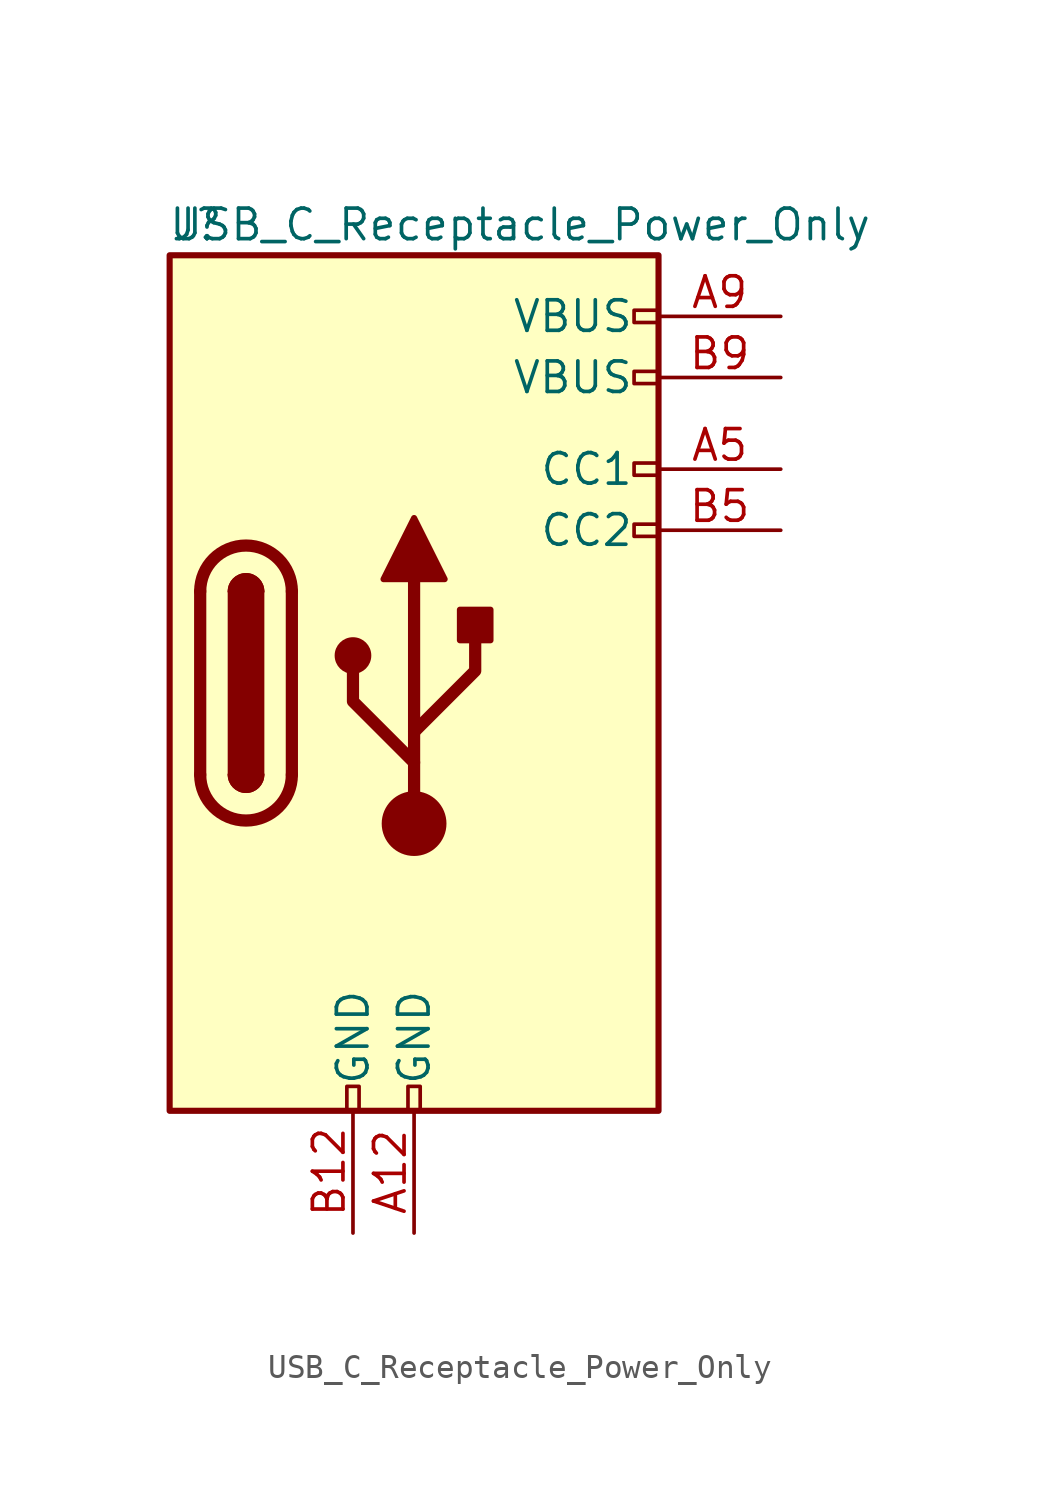
<source format=kicad_sym>
(kicad_symbol_lib
  (version 20231120)
  (generator "kicad_symbol_editor")
  (generator_version "8.0")
  (symbol "USB_C_Receptacle_Power_Only"
    (pin_names
      (offset 1.016))
    (property "Reference" "J"
      (at -10.16 19.05 0)
      (effects (font (size 1.27 1.27)) (justify left)))
    (property "Value" "USB_C_Receptacle_Power_Only"
      (at 19.05 19.05 0)
      (effects (font (size 1.27 1.27)) (justify right)))
    (symbol "USB_C_Receptacle_Power_Only_0_0"
      (rectangle (start -0.254 -17.78) (end 0.254 -16.764) (stroke (width 0) (type solid)) (fill (type none)))
      (rectangle (start 10.16 6.604) (end 9.144 6.096) (stroke (width 0) (type solid)) (fill (type none)))
      (rectangle (start 10.16 9.144) (end 9.144 8.636) (stroke (width 0) (type solid)) (fill (type none)))
      (rectangle (start 10.16 15.494) (end 9.144 14.986) (stroke (width 0) (type solid)) (fill (type none))))
    (symbol "USB_C_Receptacle_Power_Only_0_1"
      (rectangle (start -10.16 17.78) (end 10.16 -17.78) (stroke (width 0.254) (type solid)) (fill (type background)))
      (arc (start -8.89 -3.81) (mid -6.985 -5.715) (end -5.08 -3.81) (stroke (width 0.508) (type solid)) (fill (type none)))
      (arc (start -7.62 -3.81) (mid -6.985 -4.445) (end -6.35 -3.81) (stroke (width 0.254) (type solid)) (fill (type none)))
      (arc (start -7.62 -3.81) (mid -6.985 -4.445) (end -6.35 -3.81) (stroke (width 0.254) (type solid)) (fill (type outline)))
      (rectangle (start -7.62 -3.81) (end -6.35 3.81) (stroke (width 0.254) (type solid)) (fill (type outline)))
      (arc (start -6.35 3.81) (mid -6.985 4.445) (end -7.62 3.81) (stroke (width 0.254) (type solid)) (fill (type none)))
      (arc (start -6.35 3.81) (mid -6.985 4.445) (end -7.62 3.81) (stroke (width 0.254) (type solid)) (fill (type outline)))
      (arc (start -5.08 3.81) (mid -6.985 5.715) (end -8.89 3.81) (stroke (width 0.508) (type solid)) (fill (type none)))
      (circle (center -2.54 1.143) (radius 0.635) (stroke (width 0.254) (type solid)) (fill (type outline)))
      (rectangle (start -2.286 -16.764) (end -2.794 -17.78) (stroke (width 0) (type solid)) (fill (type none)))
      (circle (center 0 -5.842) (radius 1.27) (stroke (width 0) (type solid)) (fill (type outline)))
      (polyline (pts (xy -8.89 -3.81) (xy -8.89 3.81)) (stroke (width 0.508) (type solid)) (fill (type none)))
      (polyline (pts (xy -5.08 3.81) (xy -5.08 -3.81)) (stroke (width 0.508) (type solid)) (fill (type none)))
      (polyline (pts (xy 0 -5.842) (xy 0 4.318)) (stroke (width 0.508) (type solid)) (fill (type none)))
      (polyline (pts (xy 0 -3.302) (xy -2.54 -0.762) (xy -2.54 0.508)) (stroke (width 0.508) (type solid)) (fill (type none)))
      (polyline (pts (xy 0 -2.032) (xy 2.54 0.508) (xy 2.54 1.778)) (stroke (width 0.508) (type solid)) (fill (type none)))
      (polyline (pts (xy -1.27 4.318) (xy 0 6.858) (xy 1.27 4.318) (xy -1.27 4.318)) (stroke (width 0.254) (type solid)) (fill (type outline)))
      (rectangle (start 1.905 1.778) (end 3.175 3.048) (stroke (width 0.254) (type solid)) (fill (type outline)))
      (rectangle (start 9.144 12.954) (end 10.16 12.446) (stroke (width 0) (type solid)) (fill (type none))))
    (symbol "USB_C_Receptacle_Power_Only_1_1"
      (pin passive line (at 0 -22.86 90) (length 5.08) (name "GND" (effects (font (size 1.27 1.27)))) (number "A12" (effects (font (size 1.27 1.27)))))
      (pin bidirectional line (at 15.24 8.89 180) (length 5.08) (name "CC1" (effects (font (size 1.27 1.27)))) (number "A5" (effects (font (size 1.27 1.27)))))
      (pin passive line (at 15.24 15.24 180) (length 5.08) (name "VBUS" (effects (font (size 1.27 1.27)))) (number "A9" (effects (font (size 1.27 1.27)))))
      (pin passive line (at -2.54 -22.86 90) (length 5.08) (name "GND" (effects (font (size 1.27 1.27)))) (number "B12" (effects (font (size 1.27 1.27)))))
      (pin bidirectional line (at 15.24 6.35 180) (length 5.08) (name "CC2" (effects (font (size 1.27 1.27)))) (number "B5" (effects (font (size 1.27 1.27)))))
      (pin passive line (at 15.24 12.7 180) (length 5.08) (name "VBUS" (effects (font (size 1.27 1.27)))) (number "B9" (effects (font (size 1.27 1.27))))))))
</source>
